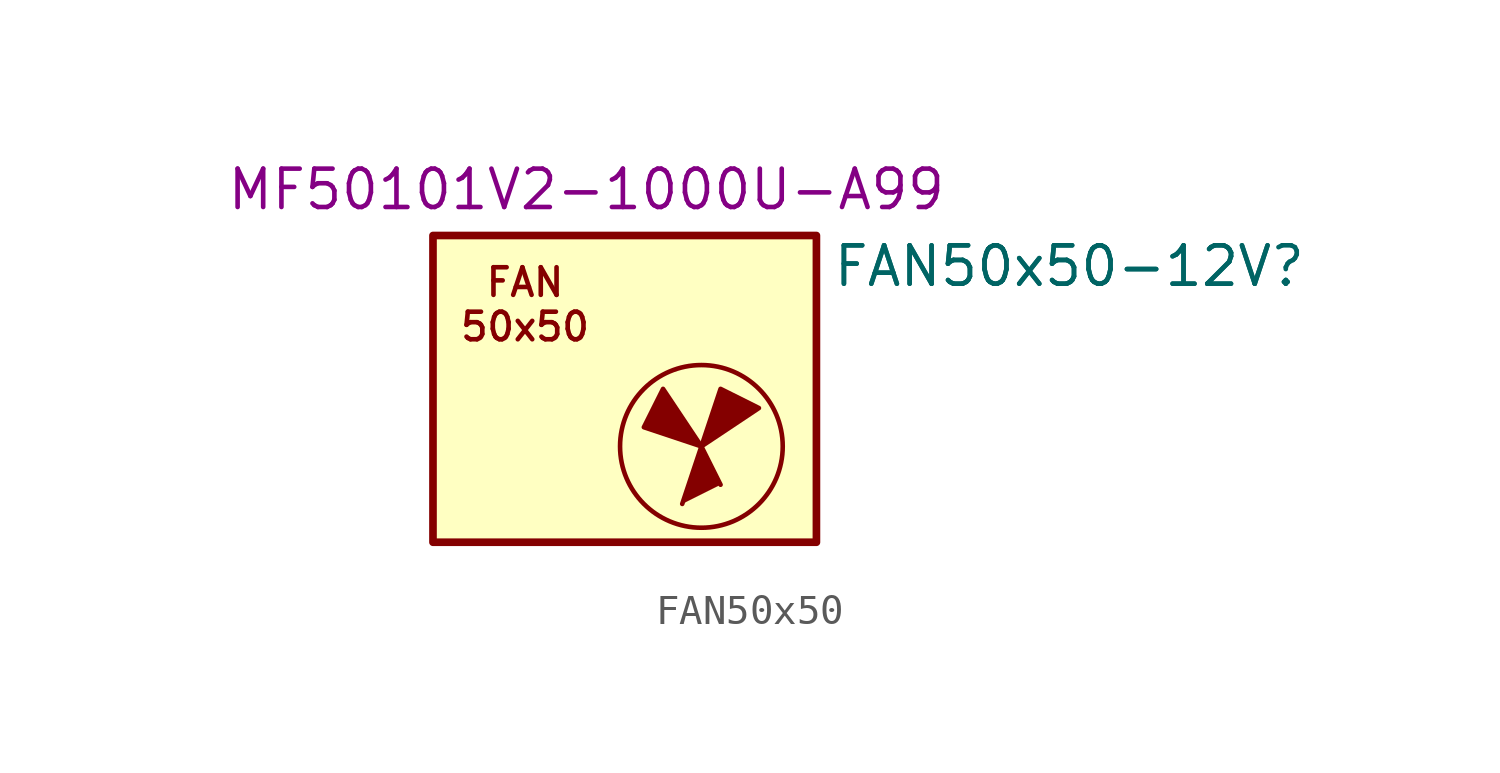
<source format=kicad_sym>
(kicad_symbol_lib
  (version 20231120)
  (generator "kicad_symbol_editor")
  (generator_version "8.0")
  (symbol "FAN50x50"
    (property "Reference" "FAN50x50-12V"
      (at 18.288 1.524 0)
      (effects (font (size 1.27 1.27)) (justify left)))
    (property "Value" "FAN50x50-12V"
      (at 18.288 1.524 0)
      (effects (font (size 1.27 1.27)) (justify left)))
    (property "Part" "MF50101V2-1000U-A99"
      (at 10.16 4.064 0)
      (effects (font (size 1.27 1.27))))
    (symbol "FAN50x50_1_1"
      (polyline (pts (xy 13.335 -6.35) (xy 13.335 -6.35) (xy 13.97 -4.445) (xy 14.605 -5.715)) (stroke (width 0) (type default)) (fill (type outline)))
      (polyline (pts (xy 13.97 -4.445) (xy 12.065 -3.81) (xy 12.7 -2.54) (xy 13.97 -4.445)) (stroke (width 0) (type default)) (fill (type outline)))
      (polyline (pts (xy 13.97 -4.445) (xy 15.875 -3.175) (xy 14.605 -2.54) (xy 13.97 -4.445)) (stroke (width 0) (type default)) (fill (type outline)))
      (rectangle (start 5.08 2.54) (end 17.78 -7.62) (stroke (width 0.254) (type default)) (fill (type background)))
      (circle (center 13.97 -4.445) (radius 2.694) (stroke (width 0) (type default)) (fill (type none)))
      (text "FAN\n50x50" (at 8.128 0.254 0) (effects (font (size 0.914 0.914)))))))
</source>
